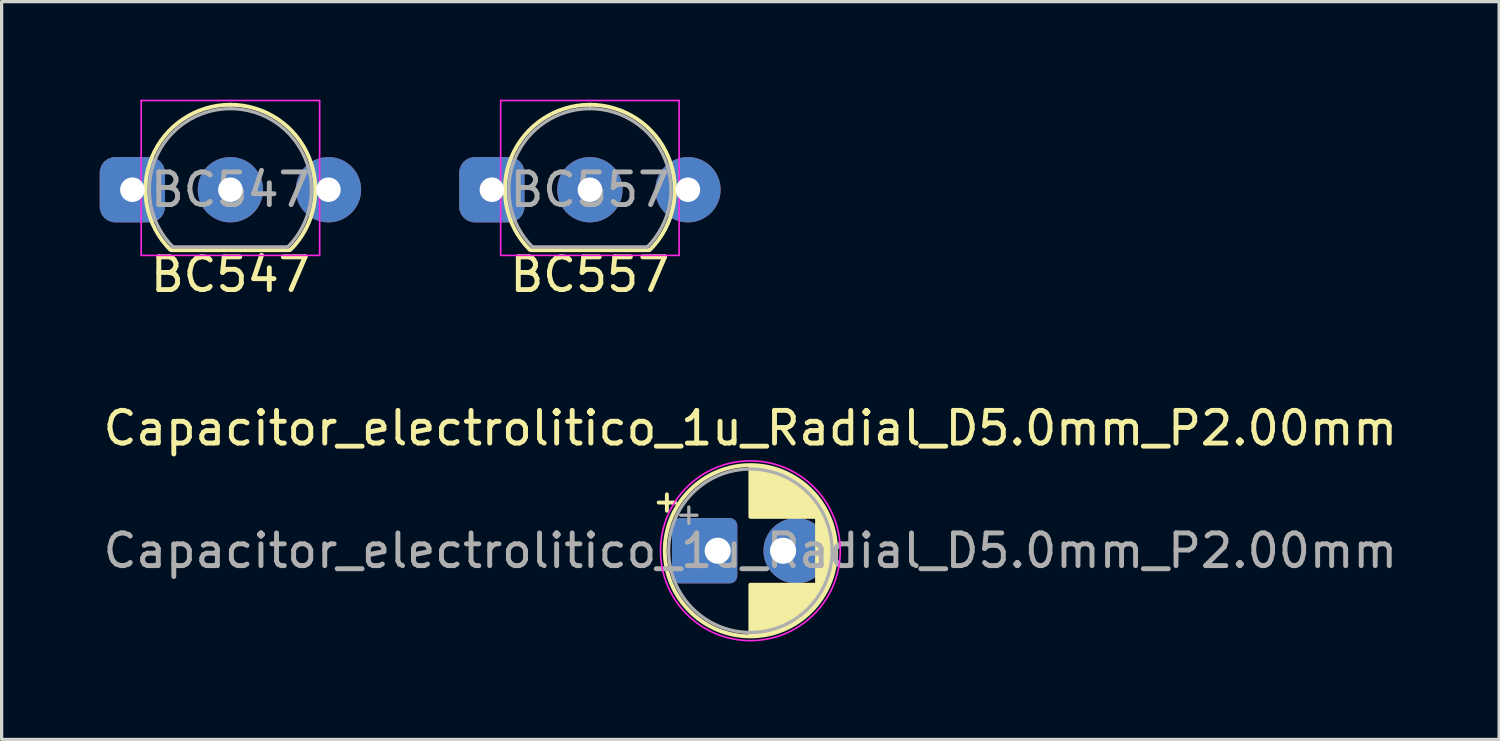
<source format=kicad_pcb>
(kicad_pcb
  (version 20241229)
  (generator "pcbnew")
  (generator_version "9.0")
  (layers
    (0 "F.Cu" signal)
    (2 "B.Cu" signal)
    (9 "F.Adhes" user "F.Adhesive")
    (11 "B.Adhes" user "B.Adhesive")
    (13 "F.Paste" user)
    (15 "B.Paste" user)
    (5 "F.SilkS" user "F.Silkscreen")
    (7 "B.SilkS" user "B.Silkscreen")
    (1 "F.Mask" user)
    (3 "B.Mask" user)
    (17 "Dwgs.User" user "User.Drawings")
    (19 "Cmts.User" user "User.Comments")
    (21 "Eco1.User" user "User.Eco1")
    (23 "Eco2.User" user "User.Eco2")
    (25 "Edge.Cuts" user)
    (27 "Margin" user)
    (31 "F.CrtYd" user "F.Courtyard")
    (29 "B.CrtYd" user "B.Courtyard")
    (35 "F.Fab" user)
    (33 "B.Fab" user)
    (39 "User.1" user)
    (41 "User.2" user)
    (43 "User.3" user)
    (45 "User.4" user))
  (footprint "Capacitor_electrolitico_1u_Radial_D5.0mm_P2.00mm"
    (layer "F.Cu")
    (at 19.911 13.802)
    (property "Reference" "Capacitor_electrolitico_1u_Radial_D5.0mm_P2.00mm" (at 0 -3.75 0) (layer "F.SilkS") (effects (font (size 1 1) (thickness 0.15))))
    (attr through_hole)
    (fp_line (start -2.805 -1.475) (end -2.305 -1.475) (stroke (width 0.12) (type solid)) (layer "F.SilkS"))
    (fp_line (start -2.555 -1.725) (end -2.555 -1.225) (stroke (width 0.12) (type solid)) (layer "F.SilkS"))
    (fp_line (start 0 -2.58) (end 0 -1.04) (stroke (width 0.12) (type solid)) (layer "F.SilkS"))
    (fp_line (start 0 1.04) (end 0 2.58) (stroke (width 0.12) (type solid)) (layer "F.SilkS"))
    (fp_line (start 0.04 -2.58) (end 0.04 -1.04) (stroke (width 0.12) (type solid)) (layer "F.SilkS"))
    (fp_line (start 0.04 1.04) (end 0.04 2.58) (stroke (width 0.12) (type solid)) (layer "F.SilkS"))
    (fp_line (start 0.08 -2.579) (end 0.08 -1.04) (stroke (width 0.12) (type solid)) (layer "F.SilkS"))
    (fp_line (start 0.08 1.04) (end 0.08 2.579) (stroke (width 0.12) (type solid)) (layer "F.SilkS"))
    (fp_line (start 0.12 -2.577) (end 0.12 -1.04) (stroke (width 0.12) (type solid)) (layer "F.SilkS"))
    (fp_line (start 0.12 1.04) (end 0.12 2.577) (stroke (width 0.12) (type solid)) (layer "F.SilkS"))
    (fp_line (start 0.16 -2.575) (end 0.16 -1.04) (stroke (width 0.12) (type solid)) (layer "F.SilkS"))
    (fp_line (start 0.16 1.04) (end 0.16 2.575) (stroke (width 0.12) (type solid)) (layer "F.SilkS"))
    (fp_line (start 0.2 -2.572) (end 0.2 -1.04) (stroke (width 0.12) (type solid)) (layer "F.SilkS"))
    (fp_line (start 0.2 1.04) (end 0.2 2.572) (stroke (width 0.12) (type solid)) (layer "F.SilkS"))
    (fp_line (start 0.24 -2.569) (end 0.24 -1.04) (stroke (width 0.12) (type solid)) (layer "F.SilkS"))
    (fp_line (start 0.24 1.04) (end 0.24 2.569) (stroke (width 0.12) (type solid)) (layer "F.SilkS"))
    (fp_line (start 0.28 -2.565) (end 0.28 -1.04) (stroke (width 0.12) (type solid)) (layer "F.SilkS"))
    (fp_line (start 0.28 1.04) (end 0.28 2.565) (stroke (width 0.12) (type solid)) (layer "F.SilkS"))
    (fp_line (start 0.32 -2.56) (end 0.32 -1.04) (stroke (width 0.12) (type solid)) (layer "F.SilkS"))
    (fp_line (start 0.32 1.04) (end 0.32 2.56) (stroke (width 0.12) (type solid)) (layer "F.SilkS"))
    (fp_line (start 0.36 -2.555) (end 0.36 -1.04) (stroke (width 0.12) (type solid)) (layer "F.SilkS"))
    (fp_line (start 0.36 1.04) (end 0.36 2.555) (stroke (width 0.12) (type solid)) (layer "F.SilkS"))
    (fp_line (start 0.4 -2.549) (end 0.4 -1.04) (stroke (width 0.12) (type solid)) (layer "F.SilkS"))
    (fp_line (start 0.4 1.04) (end 0.4 2.549) (stroke (width 0.12) (type solid)) (layer "F.SilkS"))
    (fp_line (start 0.44 -2.543) (end 0.44 -1.04) (stroke (width 0.12) (type solid)) (layer "F.SilkS"))
    (fp_line (start 0.44 1.04) (end 0.44 2.543) (stroke (width 0.12) (type solid)) (layer "F.SilkS"))
    (fp_line (start 0.48 -2.536) (end 0.48 -1.04) (stroke (width 0.12) (type solid)) (layer "F.SilkS"))
    (fp_line (start 0.48 1.04) (end 0.48 2.536) (stroke (width 0.12) (type solid)) (layer "F.SilkS"))
    (fp_line (start 0.52 -2.528) (end 0.52 -1.04) (stroke (width 0.12) (type solid)) (layer "F.SilkS"))
    (fp_line (start 0.52 1.04) (end 0.52 2.528) (stroke (width 0.12) (type solid)) (layer "F.SilkS"))
    (fp_line (start 0.56 -2.519) (end 0.56 -1.04) (stroke (width 0.12) (type solid)) (layer "F.SilkS"))
    (fp_line (start 0.56 1.04) (end 0.56 2.519) (stroke (width 0.12) (type solid)) (layer "F.SilkS"))
    (fp_line (start 0.6 -2.51) (end 0.6 -1.04) (stroke (width 0.12) (type solid)) (layer "F.SilkS"))
    (fp_line (start 0.6 1.04) (end 0.6 2.51) (stroke (width 0.12) (type solid)) (layer "F.SilkS"))
    (fp_line (start 0.64 -2.501) (end 0.64 -1.04) (stroke (width 0.12) (type solid)) (layer "F.SilkS"))
    (fp_line (start 0.64 1.04) (end 0.64 2.501) (stroke (width 0.12) (type solid)) (layer "F.SilkS"))
    (fp_line (start 0.68 -2.49) (end 0.68 -1.04) (stroke (width 0.12) (type solid)) (layer "F.SilkS"))
    (fp_line (start 0.68 1.04) (end 0.68 2.49) (stroke (width 0.12) (type solid)) (layer "F.SilkS"))
    (fp_line (start 0.72 -2.479) (end 0.72 -1.04) (stroke (width 0.12) (type solid)) (layer "F.SilkS"))
    (fp_line (start 0.72 1.04) (end 0.72 2.479) (stroke (width 0.12) (type solid)) (layer "F.SilkS"))
    (fp_line (start 0.76 -2.467) (end 0.76 -1.04) (stroke (width 0.12) (type solid)) (layer "F.SilkS"))
    (fp_line (start 0.76 1.04) (end 0.76 2.467) (stroke (width 0.12) (type solid)) (layer "F.SilkS"))
    (fp_line (start 0.8 -2.455) (end 0.8 -1.04) (stroke (width 0.12) (type solid)) (layer "F.SilkS"))
    (fp_line (start 0.8 1.04) (end 0.8 2.455) (stroke (width 0.12) (type solid)) (layer "F.SilkS"))
    (fp_line (start 0.84 -2.442) (end 0.84 -1.04) (stroke (width 0.12) (type solid)) (layer "F.SilkS"))
    (fp_line (start 0.84 1.04) (end 0.84 2.442) (stroke (width 0.12) (type solid)) (layer "F.SilkS"))
    (fp_line (start 0.88 -2.428) (end 0.88 -1.04) (stroke (width 0.12) (type solid)) (layer "F.SilkS"))
    (fp_line (start 0.88 1.04) (end 0.88 2.428) (stroke (width 0.12) (type solid)) (layer "F.SilkS"))
    (fp_line (start 0.92 -2.413) (end 0.92 -1.04) (stroke (width 0.12) (type solid)) (layer "F.SilkS"))
    (fp_line (start 0.92 1.04) (end 0.92 2.413) (stroke (width 0.12) (type solid)) (layer "F.SilkS"))
    (fp_line (start 0.96 -2.398) (end 0.96 -1.04) (stroke (width 0.12) (type solid)) (layer "F.SilkS"))
    (fp_line (start 0.96 1.04) (end 0.96 2.398) (stroke (width 0.12) (type solid)) (layer "F.SilkS"))
    (fp_line (start 1 -2.382) (end 1 -1.04) (stroke (width 0.12) (type solid)) (layer "F.SilkS"))
    (fp_line (start 1 1.04) (end 1 2.382) (stroke (width 0.12) (type solid)) (layer "F.SilkS"))
    (fp_line (start 1.04 -2.365) (end 1.04 -1.04) (stroke (width 0.12) (type solid)) (layer "F.SilkS"))
    (fp_line (start 1.04 1.04) (end 1.04 2.365) (stroke (width 0.12) (type solid)) (layer "F.SilkS"))
    (fp_line (start 1.08 -2.347) (end 1.08 -1.04) (stroke (width 0.12) (type solid)) (layer "F.SilkS"))
    (fp_line (start 1.08 1.04) (end 1.08 2.347) (stroke (width 0.12) (type solid)) (layer "F.SilkS"))
    (fp_line (start 1.12 -2.329) (end 1.12 -1.04) (stroke (width 0.12) (type solid)) (layer "F.SilkS"))
    (fp_line (start 1.12 1.04) (end 1.12 2.329) (stroke (width 0.12) (type solid)) (layer "F.SilkS"))
    (fp_line (start 1.16 -2.309) (end 1.16 -1.04) (stroke (width 0.12) (type solid)) (layer "F.SilkS"))
    (fp_line (start 1.16 1.04) (end 1.16 2.309) (stroke (width 0.12) (type solid)) (layer "F.SilkS"))
    (fp_line (start 1.2 -2.289) (end 1.2 -1.04) (stroke (width 0.12) (type solid)) (layer "F.SilkS"))
    (fp_line (start 1.2 1.04) (end 1.2 2.289) (stroke (width 0.12) (type solid)) (layer "F.SilkS"))
    (fp_line (start 1.24 -2.268) (end 1.24 -1.04) (stroke (width 0.12) (type solid)) (layer "F.SilkS"))
    (fp_line (start 1.24 1.04) (end 1.24 2.268) (stroke (width 0.12) (type solid)) (layer "F.SilkS"))
    (fp_line (start 1.28 -2.246) (end 1.28 -1.04) (stroke (width 0.12) (type solid)) (layer "F.SilkS"))
    (fp_line (start 1.28 1.04) (end 1.28 2.246) (stroke (width 0.12) (type solid)) (layer "F.SilkS"))
    (fp_line (start 1.32 -2.223) (end 1.32 -1.04) (stroke (width 0.12) (type solid)) (layer "F.SilkS"))
    (fp_line (start 1.32 1.04) (end 1.32 2.223) (stroke (width 0.12) (type solid)) (layer "F.SilkS"))
    (fp_line (start 1.36 -2.199) (end 1.36 -1.04) (stroke (width 0.12) (type solid)) (layer "F.SilkS"))
    (fp_line (start 1.36 1.04) (end 1.36 2.199) (stroke (width 0.12) (type solid)) (layer "F.SilkS"))
    (fp_line (start 1.4 -2.175) (end 1.4 -1.04) (stroke (width 0.12) (type solid)) (layer "F.SilkS"))
    (fp_line (start 1.4 1.04) (end 1.4 2.175) (stroke (width 0.12) (type solid)) (layer "F.SilkS"))
    (fp_line (start 1.44 -2.149) (end 1.44 -1.04) (stroke (width 0.12) (type solid)) (layer "F.SilkS"))
    (fp_line (start 1.44 1.04) (end 1.44 2.149) (stroke (width 0.12) (type solid)) (layer "F.SilkS"))
    (fp_line (start 1.48 -2.122) (end 1.48 -1.04) (stroke (width 0.12) (type solid)) (layer "F.SilkS"))
    (fp_line (start 1.48 1.04) (end 1.48 2.122) (stroke (width 0.12) (type solid)) (layer "F.SilkS"))
    (fp_line (start 1.52 -2.094) (end 1.52 -1.04) (stroke (width 0.12) (type solid)) (layer "F.SilkS"))
    (fp_line (start 1.52 1.04) (end 1.52 2.094) (stroke (width 0.12) (type solid)) (layer "F.SilkS"))
    (fp_line (start 1.56 -2.065) (end 1.56 -1.04) (stroke (width 0.12) (type solid)) (layer "F.SilkS"))
    (fp_line (start 1.56 1.04) (end 1.56 2.065) (stroke (width 0.12) (type solid)) (layer "F.SilkS"))
    (fp_line (start 1.6 -2.035) (end 1.6 -1.04) (stroke (width 0.12) (type solid)) (layer "F.SilkS"))
    (fp_line (start 1.6 1.04) (end 1.6 2.035) (stroke (width 0.12) (type solid)) (layer "F.SilkS"))
    (fp_line (start 1.64 -2.003) (end 1.64 -1.04) (stroke (width 0.12) (type solid)) (layer "F.SilkS"))
    (fp_line (start 1.64 1.04) (end 1.64 2.003) (stroke (width 0.12) (type solid)) (layer "F.SilkS"))
    (fp_line (start 1.68 -1.97) (end 1.68 -1.04) (stroke (width 0.12) (type solid)) (layer "F.SilkS"))
    (fp_line (start 1.68 1.04) (end 1.68 1.97) (stroke (width 0.12) (type solid)) (layer "F.SilkS"))
    (fp_line (start 1.72 -1.936) (end 1.72 -1.04) (stroke (width 0.12) (type solid)) (layer "F.SilkS"))
    (fp_line (start 1.72 1.04) (end 1.72 1.936) (stroke (width 0.12) (type solid)) (layer "F.SilkS"))
    (fp_line (start 1.76 -1.901) (end 1.76 -1.04) (stroke (width 0.12) (type solid)) (layer "F.SilkS"))
    (fp_line (start 1.76 1.04) (end 1.76 1.901) (stroke (width 0.12) (type solid)) (layer "F.SilkS"))
    (fp_line (start 1.8 -1.864) (end 1.8 -1.04) (stroke (width 0.12) (type solid)) (layer "F.SilkS"))
    (fp_line (start 1.8 1.04) (end 1.8 1.864) (stroke (width 0.12) (type solid)) (layer "F.SilkS"))
    (fp_line (start 1.84 -1.825) (end 1.84 -1.04) (stroke (width 0.12) (type solid)) (layer "F.SilkS"))
    (fp_line (start 1.84 1.04) (end 1.84 1.825) (stroke (width 0.12) (type solid)) (layer "F.SilkS"))
    (fp_line (start 1.88 -1.785) (end 1.88 -1.04) (stroke (width 0.12) (type solid)) (layer "F.SilkS"))
    (fp_line (start 1.88 1.04) (end 1.88 1.785) (stroke (width 0.12) (type solid)) (layer "F.SilkS"))
    (fp_line (start 1.92 -1.743) (end 1.92 -1.04) (stroke (width 0.12) (type solid)) (layer "F.SilkS"))
    (fp_line (start 1.92 1.04) (end 1.92 1.743) (stroke (width 0.12) (type solid)) (layer "F.SilkS"))
    (fp_line (start 1.96 -1.699) (end 1.96 -1.04) (stroke (width 0.12) (type solid)) (layer "F.SilkS"))
    (fp_line (start 1.96 1.04) (end 1.96 1.699) (stroke (width 0.12) (type solid)) (layer "F.SilkS"))
    (fp_line (start 2 -1.652) (end 2 -1.04) (stroke (width 0.12) (type solid)) (layer "F.SilkS"))
    (fp_line (start 2 1.04) (end 2 1.652) (stroke (width 0.12) (type solid)) (layer "F.SilkS"))
    (fp_line (start 2.04 -1.604) (end 2.04 1.604) (stroke (width 0.12) (type solid)) (layer "F.SilkS"))
    (fp_line (start 2.08 -1.553) (end 2.08 1.553) (stroke (width 0.12) (type solid)) (layer "F.SilkS"))
    (fp_line (start 2.12 -1.499) (end 2.12 1.499) (stroke (width 0.12) (type solid)) (layer "F.SilkS"))
    (fp_line (start 2.16 -1.443) (end 2.16 1.443) (stroke (width 0.12) (type solid)) (layer "F.SilkS"))
    (fp_line (start 2.2 -1.383) (end 2.2 1.383) (stroke (width 0.12) (type solid)) (layer "F.SilkS"))
    (fp_line (start 2.24 -1.319) (end 2.24 1.319) (stroke (width 0.12) (type solid)) (layer "F.SilkS"))
    (fp_line (start 2.28 -1.251) (end 2.28 1.251) (stroke (width 0.12) (type solid)) (layer "F.SilkS"))
    (fp_line (start 2.32 -1.177) (end 2.32 1.177) (stroke (width 0.12) (type solid)) (layer "F.SilkS"))
    (fp_line (start 2.36 -1.098) (end 2.36 1.098) (stroke (width 0.12) (type solid)) (layer "F.SilkS"))
    (fp_line (start 2.4 -1.011) (end 2.4 1.011) (stroke (width 0.12) (type solid)) (layer "F.SilkS"))
    (fp_line (start 2.44 -0.914) (end 2.44 0.914) (stroke (width 0.12) (type solid)) (layer "F.SilkS"))
    (fp_line (start 2.48 -0.805) (end 2.48 0.805) (stroke (width 0.12) (type solid)) (layer "F.SilkS"))
    (fp_line (start 2.52 -0.677) (end 2.52 0.677) (stroke (width 0.12) (type solid)) (layer "F.SilkS"))
    (fp_line (start 2.56 -0.517) (end 2.56 0.517) (stroke (width 0.12) (type solid)) (layer "F.SilkS"))
    (fp_line (start 2.6 -0.283) (end 2.6 0.283) (stroke (width 0.12) (type solid)) (layer "F.SilkS"))
    (fp_circle (center 0 0) (end 2.62 0) (stroke (width 0.12) (type solid)) (fill no) (layer "F.SilkS"))
    (fp_circle (center 0 0) (end 2.75 0) (stroke (width 0.05) (type solid)) (fill no) (layer "F.CrtYd"))
    (fp_line (start -2.134 -1.087) (end -1.634 -1.087) (stroke (width 0.1) (type solid)) (layer "F.Fab"))
    (fp_line (start -1.884 -1.337) (end -1.884 -0.838) (stroke (width 0.1) (type solid)) (layer "F.Fab"))
    (fp_circle (center 0 0) (end 2.5 0) (stroke (width 0.1) (type solid)) (fill no) (layer "F.Fab"))
    (fp_text user "${REFERENCE}" (at 0 0 0) (layer "F.Fab") (effects (font (size 1 1) (thickness 0.15))))
    (pad "1" thru_hole roundrect (at -1 0) (size 2 2) (drill 0.8 (offset -0.4 0)) (layers "*.Cu" "*.Mask") (roundrect_rratio 0.114))
    (pad "2" thru_hole oval (at 1 0) (size 2 2) (drill 0.8 (offset 0.4 0)) (layers "*.Cu" "*.Mask")))
  (footprint "BC547"
    (layer "F.Cu")
    (at 4 2.755)
    (property "Reference" "BC547" (at 0 2.6 0) (layer "F.SilkS") (effects (font (size 1 1) (thickness 0.15))))
    (attr through_hole)
    (fp_line (start -1.8 1.85) (end 1.8 1.85) (stroke (width 0.12) (type solid)) (layer "F.SilkS"))
    (fp_arc (start -1.838478 1.838478) (mid -2.402087 -0.994977) (end 0 -2.6) (stroke (width 0.12) (type solid)) (layer "F.SilkS"))
    (fp_arc (start 0 -2.6) (mid 2.402087 -0.994977) (end 1.838478 1.838478) (stroke (width 0.12) (type solid)) (layer "F.SilkS"))
    (fp_line (start -2.73 -2.73) (end -2.73 2.01) (stroke (width 0.05) (type solid)) (layer "F.CrtYd"))
    (fp_line (start -2.73 -2.73) (end 2.73 -2.73) (stroke (width 0.05) (type solid)) (layer "F.CrtYd"))
    (fp_line (start 2.73 2.01) (end -2.73 2.01) (stroke (width 0.05) (type solid)) (layer "F.CrtYd"))
    (fp_line (start 2.73 2.01) (end 2.73 -2.73) (stroke (width 0.05) (type solid)) (layer "F.CrtYd"))
    (fp_line (start -1.77 1.75) (end 1.73 1.75) (stroke (width 0.1) (type solid)) (layer "F.Fab"))
    (fp_arc (start -1.753625 1.753625) (mid -2.291221 -0.949055) (end 0 -2.48) (stroke (width 0.1) (type solid)) (layer "F.Fab"))
    (fp_arc (start 0 -2.48) (mid 2.291221 -0.949055) (end 1.753625 1.753625) (stroke (width 0.1) (type solid)) (layer "F.Fab"))
    (fp_text user "${REFERENCE}" (at 0 0 0) (layer "F.Fab") (effects (font (size 1 1) (thickness 0.15))))
    (pad "1" thru_hole roundrect (at -3 0) (size 2 2) (drill 0.75) (layers "*.Cu" "*.Mask") (roundrect_rratio 0.238))
    (pad "2" thru_hole circle (at 0 0) (size 2 2) (drill 0.75) (layers "*.Cu" "*.Mask"))
    (pad "3" thru_hole circle (at 3 0) (size 2 2) (drill 0.75) (layers "*.Cu" "*.Mask")))
  (footprint "BC557"
    (layer "F.Cu")
    (at 15 2.755)
    (property "Reference" "BC557" (at 0 2.6 0) (layer "F.SilkS") (effects (font (size 1 1) (thickness 0.15))))
    (attr through_hole)
    (fp_line (start -1.8 1.85) (end 1.8 1.85) (stroke (width 0.12) (type solid)) (layer "F.SilkS"))
    (fp_arc (start -1.838478 1.838478) (mid -2.402087 -0.994977) (end 0 -2.6) (stroke (width 0.12) (type solid)) (layer "F.SilkS"))
    (fp_arc (start 0 -2.6) (mid 2.402087 -0.994977) (end 1.838478 1.838478) (stroke (width 0.12) (type solid)) (layer "F.SilkS"))
    (fp_line (start -2.73 -2.73) (end -2.73 2.01) (stroke (width 0.05) (type solid)) (layer "F.CrtYd"))
    (fp_line (start -2.73 -2.73) (end 2.73 -2.73) (stroke (width 0.05) (type solid)) (layer "F.CrtYd"))
    (fp_line (start 2.73 2.01) (end -2.73 2.01) (stroke (width 0.05) (type solid)) (layer "F.CrtYd"))
    (fp_line (start 2.73 2.01) (end 2.73 -2.73) (stroke (width 0.05) (type solid)) (layer "F.CrtYd"))
    (fp_line (start -1.77 1.75) (end 1.73 1.75) (stroke (width 0.1) (type solid)) (layer "F.Fab"))
    (fp_arc (start -1.753625 1.753625) (mid -2.291221 -0.949055) (end 0 -2.48) (stroke (width 0.1) (type solid)) (layer "F.Fab"))
    (fp_arc (start 0 -2.48) (mid 2.291221 -0.949055) (end 1.753625 1.753625) (stroke (width 0.1) (type solid)) (layer "F.Fab"))
    (fp_text user "${REFERENCE}" (at 0 0 0) (layer "F.Fab") (effects (font (size 1 1) (thickness 0.15))))
    (pad "1" thru_hole roundrect (at -3 0) (size 2 2) (drill 0.75) (layers "*.Cu" "*.Mask") (roundrect_rratio 0.238))
    (pad "2" thru_hole circle (at 0 0) (size 2 2) (drill 0.75) (layers "*.Cu" "*.Mask"))
    (pad "3" thru_hole circle (at 3 0) (size 2 2) (drill 0.75) (layers "*.Cu" "*.Mask")))
  (gr_rect
    (start -3 -3)
    (end 42.821 19.576)
    (stroke (width 0.1) (type default))
    (fill no)
    (layer "Edge.Cuts")))
</source>
